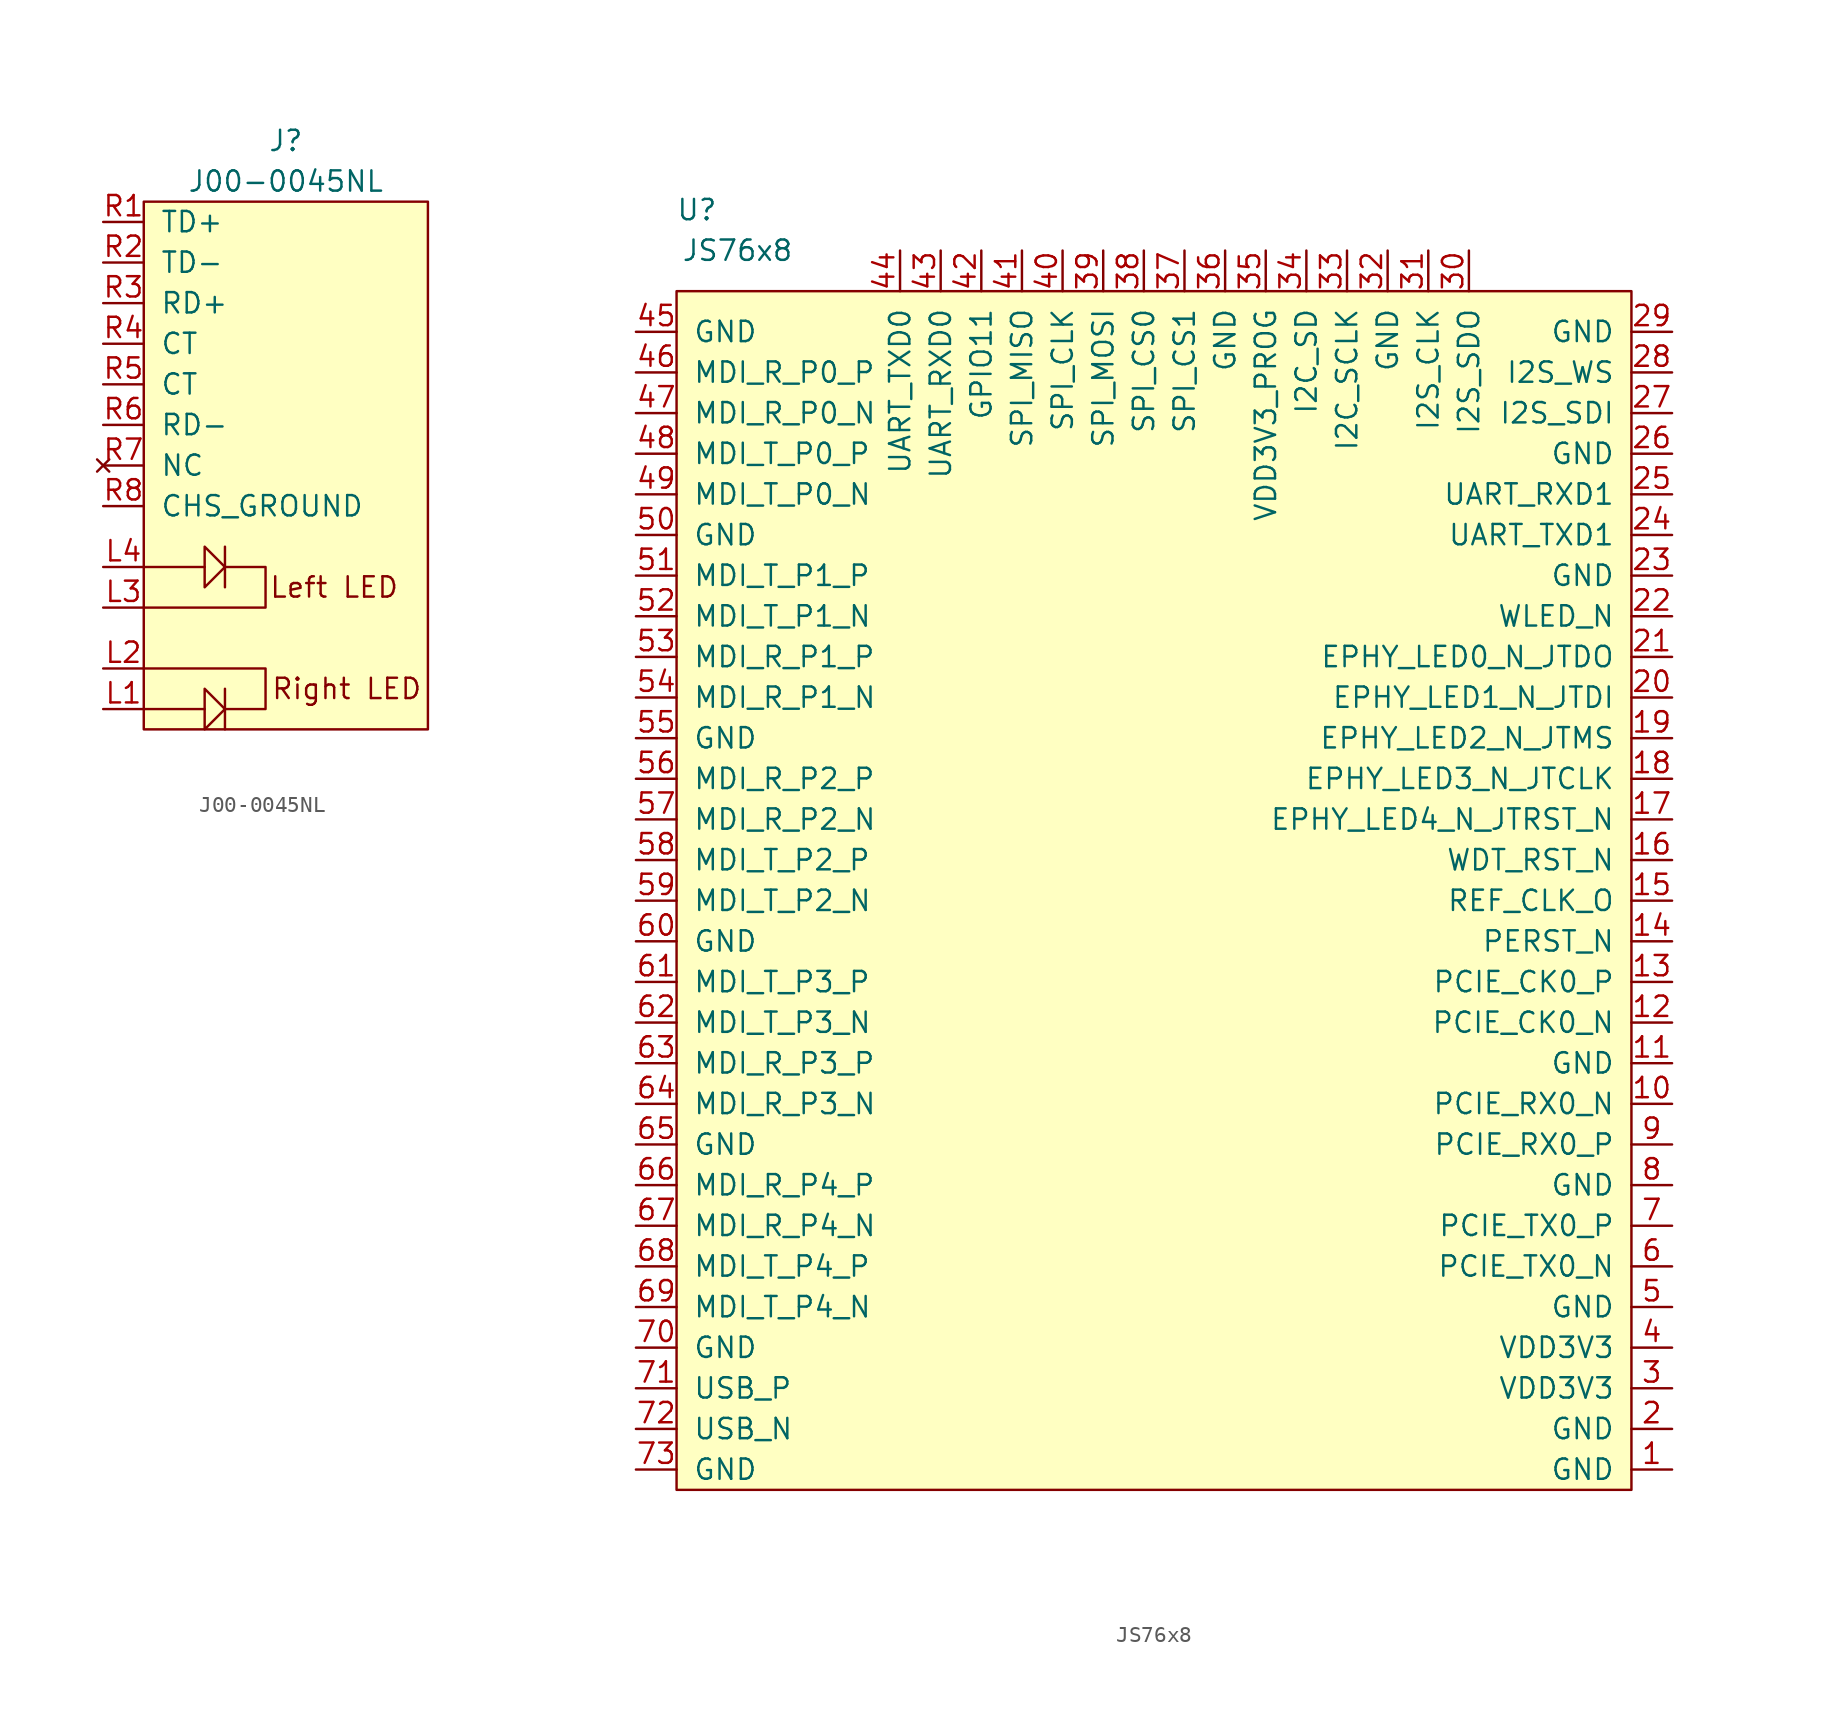
<source format=kicad_sym>
(kicad_symbol_lib
  (version 20211014)
  (generator kicad_symbol_editor)
  (symbol "components0:J00-0045NL"
    (pin_names
      (offset 1.016))
    (property "Reference" "J"
      (at 0 16.51 0)
      (effects (font (size 1.27 1.27))))
    (property "Value" "J00-0045NL"
      (at 0 13.97 0)
      (effects (font (size 1.27 1.27))))
    (symbol "J00-0045NL_0_0"
      (rectangle (start -8.89 12.7) (end 8.89 -20.32) (stroke (width 0) (type default) (color 0 0 0 0)) (fill (type background)))
      (text " Left LED" (at 2.54 -11.43 0) (effects (font (size 1.27 1.27))))
      (text "Right LED" (at 3.81 -17.78 0) (effects (font (size 1.27 1.27)))))
    (symbol "J00-0045NL_0_1"
      (polyline (pts (xy -8.89 -19.05) (xy -5.08 -19.05)) (stroke (width 0) (type default) (color 0 0 0 0)) (fill (type none)))
      (polyline (pts (xy -8.89 -10.16) (xy -5.08 -10.16)) (stroke (width 0) (type default) (color 0 0 0 0)) (fill (type none)))
      (polyline (pts (xy -3.81 -8.89) (xy -3.81 -11.43)) (stroke (width 0) (type default) (color 0 0 0 0)) (fill (type none)))
      (polyline (pts (xy -3.81 -17.78) (xy -3.81 -20.32) (xy -3.81 -19.05)) (stroke (width 0) (type default) (color 0 0 0 0)) (fill (type none)))
      (polyline (pts (xy -8.89 -12.7) (xy -1.27 -12.7) (xy -1.27 -10.16) (xy -3.81 -10.16)) (stroke (width 0) (type default) (color 0 0 0 0)) (fill (type none)))
      (polyline (pts (xy -5.08 -17.78) (xy -5.08 -20.32) (xy -3.81 -19.05) (xy -5.08 -17.78)) (stroke (width 0) (type default) (color 0 0 0 0)) (fill (type none)))
      (polyline (pts (xy -5.08 -8.89) (xy -5.08 -11.43) (xy -3.81 -10.16) (xy -5.08 -8.89)) (stroke (width 0) (type default) (color 0 0 0 0)) (fill (type none)))
      (polyline (pts (xy -3.81 -19.05) (xy -1.27 -19.05) (xy -1.27 -16.51) (xy -8.89 -16.51)) (stroke (width 0) (type default) (color 0 0 0 0)) (fill (type none))))
    (symbol "J00-0045NL_1_1"
      (pin bidirectional line (at -11.43 -19.05 0) (length 2.54) (name "~" (effects (font (size 1.27 1.27)))) (number "L1" (effects (font (size 1.27 1.27)))))
      (pin bidirectional line (at -11.43 -16.51 0) (length 2.54) (name "~" (effects (font (size 1.27 1.27)))) (number "L2" (effects (font (size 1.27 1.27)))))
      (pin bidirectional line (at -11.43 -12.7 0) (length 2.54) (name "~" (effects (font (size 1.27 1.27)))) (number "L3" (effects (font (size 1.27 1.27)))))
      (pin bidirectional line (at -11.43 -10.16 0) (length 2.54) (name "~" (effects (font (size 1.27 1.27)))) (number "L4" (effects (font (size 1.27 1.27)))))
      (pin bidirectional line (at -11.43 11.43 0) (length 2.54) (name "TD+" (effects (font (size 1.27 1.27)))) (number "R1" (effects (font (size 1.27 1.27)))))
      (pin bidirectional line (at -11.43 8.89 0) (length 2.54) (name "TD-" (effects (font (size 1.27 1.27)))) (number "R2" (effects (font (size 1.27 1.27)))))
      (pin bidirectional line (at -11.43 6.35 0) (length 2.54) (name "RD+" (effects (font (size 1.27 1.27)))) (number "R3" (effects (font (size 1.27 1.27)))))
      (pin bidirectional line (at -11.43 3.81 0) (length 2.54) (name "CT" (effects (font (size 1.27 1.27)))) (number "R4" (effects (font (size 1.27 1.27)))))
      (pin bidirectional line (at -11.43 1.27 0) (length 2.54) (name "CT" (effects (font (size 1.27 1.27)))) (number "R5" (effects (font (size 1.27 1.27)))))
      (pin bidirectional line (at -11.43 -1.27 0) (length 2.54) (name "RD-" (effects (font (size 1.27 1.27)))) (number "R6" (effects (font (size 1.27 1.27)))))
      (pin no_connect line (at -11.43 -3.81 0) (length 2.54) (name "NC" (effects (font (size 1.27 1.27)))) (number "R7" (effects (font (size 1.27 1.27)))))
      (pin bidirectional line (at -11.43 -6.35 0) (length 2.54) (name "CHS_GROUND" (effects (font (size 1.27 1.27)))) (number "R8" (effects (font (size 1.27 1.27)))))))
  (symbol "components0:JS76x8"
    (pin_names
      (offset 1.016))
    (property "Reference" "U"
      (at -27.94 -10.16 0)
      (effects (font (size 1.27 1.27))))
    (property "Value" "JS76x8"
      (at -25.4 -12.7 0)
      (effects (font (size 1.27 1.27))))
    (symbol "JS76x8_0_1"
      (rectangle (start -29.21 -15.24) (end 30.48 -90.17) (stroke (width 0) (type default) (color 0 0 0 0)) (fill (type background))))
    (symbol "JS76x8_1_1"
      (pin power_in line (at 33.02 -88.9 180) (length 2.54) (name "GND" (effects (font (size 1.27 1.27)))) (number "1" (effects (font (size 1.27 1.27)))))
      (pin bidirectional line (at 33.02 -66.04 180) (length 2.54) (name "PCIE_RX0_N" (effects (font (size 1.27 1.27)))) (number "10" (effects (font (size 1.27 1.27)))))
      (pin power_in line (at 33.02 -63.5 180) (length 2.54) (name "GND" (effects (font (size 1.27 1.27)))) (number "11" (effects (font (size 1.27 1.27)))))
      (pin bidirectional line (at 33.02 -60.96 180) (length 2.54) (name "PCIE_CK0_N" (effects (font (size 1.27 1.27)))) (number "12" (effects (font (size 1.27 1.27)))))
      (pin bidirectional line (at 33.02 -58.42 180) (length 2.54) (name "PCIE_CK0_P" (effects (font (size 1.27 1.27)))) (number "13" (effects (font (size 1.27 1.27)))))
      (pin bidirectional line (at 33.02 -55.88 180) (length 2.54) (name "PERST_N" (effects (font (size 1.27 1.27)))) (number "14" (effects (font (size 1.27 1.27)))))
      (pin bidirectional line (at 33.02 -53.34 180) (length 2.54) (name "REF_CLK_O" (effects (font (size 1.27 1.27)))) (number "15" (effects (font (size 1.27 1.27)))))
      (pin bidirectional line (at 33.02 -50.8 180) (length 2.54) (name "WDT_RST_N" (effects (font (size 1.27 1.27)))) (number "16" (effects (font (size 1.27 1.27)))))
      (pin bidirectional line (at 33.02 -48.26 180) (length 2.54) (name "EPHY_LED4_N_JTRST_N" (effects (font (size 1.27 1.27)))) (number "17" (effects (font (size 1.27 1.27)))))
      (pin bidirectional line (at 33.02 -45.72 180) (length 2.54) (name "EPHY_LED3_N_JTCLK" (effects (font (size 1.27 1.27)))) (number "18" (effects (font (size 1.27 1.27)))))
      (pin bidirectional line (at 33.02 -43.18 180) (length 2.54) (name "EPHY_LED2_N_JTMS" (effects (font (size 1.27 1.27)))) (number "19" (effects (font (size 1.27 1.27)))))
      (pin power_in line (at 33.02 -86.36 180) (length 2.54) (name "GND" (effects (font (size 1.27 1.27)))) (number "2" (effects (font (size 1.27 1.27)))))
      (pin bidirectional line (at 33.02 -40.64 180) (length 2.54) (name "EPHY_LED1_N_JTDI" (effects (font (size 1.27 1.27)))) (number "20" (effects (font (size 1.27 1.27)))))
      (pin bidirectional line (at 33.02 -38.1 180) (length 2.54) (name "EPHY_LED0_N_JTDO" (effects (font (size 1.27 1.27)))) (number "21" (effects (font (size 1.27 1.27)))))
      (pin bidirectional line (at 33.02 -35.56 180) (length 2.54) (name "WLED_N" (effects (font (size 1.27 1.27)))) (number "22" (effects (font (size 1.27 1.27)))))
      (pin power_in line (at 33.02 -33.02 180) (length 2.54) (name "GND" (effects (font (size 1.27 1.27)))) (number "23" (effects (font (size 1.27 1.27)))))
      (pin bidirectional line (at 33.02 -30.48 180) (length 2.54) (name "UART_TXD1" (effects (font (size 1.27 1.27)))) (number "24" (effects (font (size 1.27 1.27)))))
      (pin bidirectional line (at 33.02 -27.94 180) (length 2.54) (name "UART_RXD1" (effects (font (size 1.27 1.27)))) (number "25" (effects (font (size 1.27 1.27)))))
      (pin power_in line (at 33.02 -25.4 180) (length 2.54) (name "GND" (effects (font (size 1.27 1.27)))) (number "26" (effects (font (size 1.27 1.27)))))
      (pin bidirectional line (at 33.02 -22.86 180) (length 2.54) (name "I2S_SDI" (effects (font (size 1.27 1.27)))) (number "27" (effects (font (size 1.27 1.27)))))
      (pin bidirectional line (at 33.02 -20.32 180) (length 2.54) (name "I2S_WS" (effects (font (size 1.27 1.27)))) (number "28" (effects (font (size 1.27 1.27)))))
      (pin power_in line (at 33.02 -17.78 180) (length 2.54) (name "GND" (effects (font (size 1.27 1.27)))) (number "29" (effects (font (size 1.27 1.27)))))
      (pin power_in line (at 33.02 -83.82 180) (length 2.54) (name "VDD3V3" (effects (font (size 1.27 1.27)))) (number "3" (effects (font (size 1.27 1.27)))))
      (pin bidirectional line (at 20.32 -12.7 270) (length 2.54) (name "I2S_SDO" (effects (font (size 1.27 1.27)))) (number "30" (effects (font (size 1.27 1.27)))))
      (pin bidirectional line (at 17.78 -12.7 270) (length 2.54) (name "I2S_CLK" (effects (font (size 1.27 1.27)))) (number "31" (effects (font (size 1.27 1.27)))))
      (pin power_in line (at 15.24 -12.7 270) (length 2.54) (name "GND" (effects (font (size 1.27 1.27)))) (number "32" (effects (font (size 1.27 1.27)))))
      (pin bidirectional line (at 12.7 -12.7 270) (length 2.54) (name "I2C_SCLK" (effects (font (size 1.27 1.27)))) (number "33" (effects (font (size 1.27 1.27)))))
      (pin bidirectional line (at 10.16 -12.7 270) (length 2.54) (name "I2C_SD" (effects (font (size 1.27 1.27)))) (number "34" (effects (font (size 1.27 1.27)))))
      (pin power_in line (at 7.62 -12.7 270) (length 2.54) (name "VDD3V3_PROG" (effects (font (size 1.27 1.27)))) (number "35" (effects (font (size 1.27 1.27)))))
      (pin power_in line (at 5.08 -12.7 270) (length 2.54) (name "GND" (effects (font (size 1.27 1.27)))) (number "36" (effects (font (size 1.27 1.27)))))
      (pin bidirectional line (at 2.54 -12.7 270) (length 2.54) (name "SPI_CS1" (effects (font (size 1.27 1.27)))) (number "37" (effects (font (size 1.27 1.27)))))
      (pin bidirectional line (at 0 -12.7 270) (length 2.54) (name "SPI_CS0" (effects (font (size 1.27 1.27)))) (number "38" (effects (font (size 1.27 1.27)))))
      (pin bidirectional line (at -2.54 -12.7 270) (length 2.54) (name "SPI_MOSI" (effects (font (size 1.27 1.27)))) (number "39" (effects (font (size 1.27 1.27)))))
      (pin power_in line (at 33.02 -81.28 180) (length 2.54) (name "VDD3V3" (effects (font (size 1.27 1.27)))) (number "4" (effects (font (size 1.27 1.27)))))
      (pin bidirectional line (at -5.08 -12.7 270) (length 2.54) (name "SPI_CLK" (effects (font (size 1.27 1.27)))) (number "40" (effects (font (size 1.27 1.27)))))
      (pin bidirectional line (at -7.62 -12.7 270) (length 2.54) (name "SPI_MISO" (effects (font (size 1.27 1.27)))) (number "41" (effects (font (size 1.27 1.27)))))
      (pin bidirectional line (at -10.16 -12.7 270) (length 2.54) (name "GPIO11" (effects (font (size 1.27 1.27)))) (number "42" (effects (font (size 1.27 1.27)))))
      (pin bidirectional line (at -12.7 -12.7 270) (length 2.54) (name "UART_RXD0" (effects (font (size 1.27 1.27)))) (number "43" (effects (font (size 1.27 1.27)))))
      (pin bidirectional line (at -15.24 -12.7 270) (length 2.54) (name "UART_TXD0" (effects (font (size 1.27 1.27)))) (number "44" (effects (font (size 1.27 1.27)))))
      (pin power_in line (at -31.75 -17.78 0) (length 2.54) (name "GND" (effects (font (size 1.27 1.27)))) (number "45" (effects (font (size 1.27 1.27)))))
      (pin bidirectional line (at -31.75 -20.32 0) (length 2.54) (name "MDI_R_P0_P" (effects (font (size 1.27 1.27)))) (number "46" (effects (font (size 1.27 1.27)))))
      (pin bidirectional line (at -31.75 -22.86 0) (length 2.54) (name "MDI_R_P0_N" (effects (font (size 1.27 1.27)))) (number "47" (effects (font (size 1.27 1.27)))))
      (pin bidirectional line (at -31.75 -25.4 0) (length 2.54) (name "MDI_T_P0_P" (effects (font (size 1.27 1.27)))) (number "48" (effects (font (size 1.27 1.27)))))
      (pin bidirectional line (at -31.75 -27.94 0) (length 2.54) (name "MDI_T_P0_N" (effects (font (size 1.27 1.27)))) (number "49" (effects (font (size 1.27 1.27)))))
      (pin power_in line (at 33.02 -78.74 180) (length 2.54) (name "GND" (effects (font (size 1.27 1.27)))) (number "5" (effects (font (size 1.27 1.27)))))
      (pin power_in line (at -31.75 -30.48 0) (length 2.54) (name "GND" (effects (font (size 1.27 1.27)))) (number "50" (effects (font (size 1.27 1.27)))))
      (pin bidirectional line (at -31.75 -33.02 0) (length 2.54) (name "MDI_T_P1_P" (effects (font (size 1.27 1.27)))) (number "51" (effects (font (size 1.27 1.27)))))
      (pin bidirectional line (at -31.75 -35.56 0) (length 2.54) (name "MDI_T_P1_N" (effects (font (size 1.27 1.27)))) (number "52" (effects (font (size 1.27 1.27)))))
      (pin bidirectional line (at -31.75 -38.1 0) (length 2.54) (name "MDI_R_P1_P" (effects (font (size 1.27 1.27)))) (number "53" (effects (font (size 1.27 1.27)))))
      (pin bidirectional line (at -31.75 -40.64 0) (length 2.54) (name "MDI_R_P1_N" (effects (font (size 1.27 1.27)))) (number "54" (effects (font (size 1.27 1.27)))))
      (pin power_in line (at -31.75 -43.18 0) (length 2.54) (name "GND" (effects (font (size 1.27 1.27)))) (number "55" (effects (font (size 1.27 1.27)))))
      (pin bidirectional line (at -31.75 -45.72 0) (length 2.54) (name "MDI_R_P2_P" (effects (font (size 1.27 1.27)))) (number "56" (effects (font (size 1.27 1.27)))))
      (pin bidirectional line (at -31.75 -48.26 0) (length 2.54) (name "MDI_R_P2_N" (effects (font (size 1.27 1.27)))) (number "57" (effects (font (size 1.27 1.27)))))
      (pin bidirectional line (at -31.75 -50.8 0) (length 2.54) (name "MDI_T_P2_P" (effects (font (size 1.27 1.27)))) (number "58" (effects (font (size 1.27 1.27)))))
      (pin bidirectional line (at -31.75 -53.34 0) (length 2.54) (name "MDI_T_P2_N" (effects (font (size 1.27 1.27)))) (number "59" (effects (font (size 1.27 1.27)))))
      (pin bidirectional line (at 33.02 -76.2 180) (length 2.54) (name "PCIE_TX0_N" (effects (font (size 1.27 1.27)))) (number "6" (effects (font (size 1.27 1.27)))))
      (pin power_in line (at -31.75 -55.88 0) (length 2.54) (name "GND" (effects (font (size 1.27 1.27)))) (number "60" (effects (font (size 1.27 1.27)))))
      (pin bidirectional line (at -31.75 -58.42 0) (length 2.54) (name "MDI_T_P3_P" (effects (font (size 1.27 1.27)))) (number "61" (effects (font (size 1.27 1.27)))))
      (pin bidirectional line (at -31.75 -60.96 0) (length 2.54) (name "MDI_T_P3_N" (effects (font (size 1.27 1.27)))) (number "62" (effects (font (size 1.27 1.27)))))
      (pin bidirectional line (at -31.75 -63.5 0) (length 2.54) (name "MDI_R_P3_P" (effects (font (size 1.27 1.27)))) (number "63" (effects (font (size 1.27 1.27)))))
      (pin bidirectional line (at -31.75 -66.04 0) (length 2.54) (name "MDI_R_P3_N" (effects (font (size 1.27 1.27)))) (number "64" (effects (font (size 1.27 1.27)))))
      (pin power_in line (at -31.75 -68.58 0) (length 2.54) (name "GND" (effects (font (size 1.27 1.27)))) (number "65" (effects (font (size 1.27 1.27)))))
      (pin bidirectional line (at -31.75 -71.12 0) (length 2.54) (name "MDI_R_P4_P" (effects (font (size 1.27 1.27)))) (number "66" (effects (font (size 1.27 1.27)))))
      (pin bidirectional line (at -31.75 -73.66 0) (length 2.54) (name "MDI_R_P4_N" (effects (font (size 1.27 1.27)))) (number "67" (effects (font (size 1.27 1.27)))))
      (pin bidirectional line (at -31.75 -76.2 0) (length 2.54) (name "MDI_T_P4_P" (effects (font (size 1.27 1.27)))) (number "68" (effects (font (size 1.27 1.27)))))
      (pin bidirectional line (at -31.75 -78.74 0) (length 2.54) (name "MDI_T_P4_N" (effects (font (size 1.27 1.27)))) (number "69" (effects (font (size 1.27 1.27)))))
      (pin bidirectional line (at 33.02 -73.66 180) (length 2.54) (name "PCIE_TX0_P" (effects (font (size 1.27 1.27)))) (number "7" (effects (font (size 1.27 1.27)))))
      (pin power_in line (at -31.75 -81.28 0) (length 2.54) (name "GND" (effects (font (size 1.27 1.27)))) (number "70" (effects (font (size 1.27 1.27)))))
      (pin bidirectional line (at -31.75 -83.82 0) (length 2.54) (name "USB_P" (effects (font (size 1.27 1.27)))) (number "71" (effects (font (size 1.27 1.27)))))
      (pin bidirectional line (at -31.75 -86.36 0) (length 2.54) (name "USB_N" (effects (font (size 1.27 1.27)))) (number "72" (effects (font (size 1.27 1.27)))))
      (pin power_in line (at -31.75 -88.9 0) (length 2.54) (name "GND" (effects (font (size 1.27 1.27)))) (number "73" (effects (font (size 1.27 1.27)))))
      (pin power_in line (at 33.02 -71.12 180) (length 2.54) (name "GND" (effects (font (size 1.27 1.27)))) (number "8" (effects (font (size 1.27 1.27)))))
      (pin bidirectional line (at 33.02 -68.58 180) (length 2.54) (name "PCIE_RX0_P" (effects (font (size 1.27 1.27)))) (number "9" (effects (font (size 1.27 1.27))))))))
</source>
